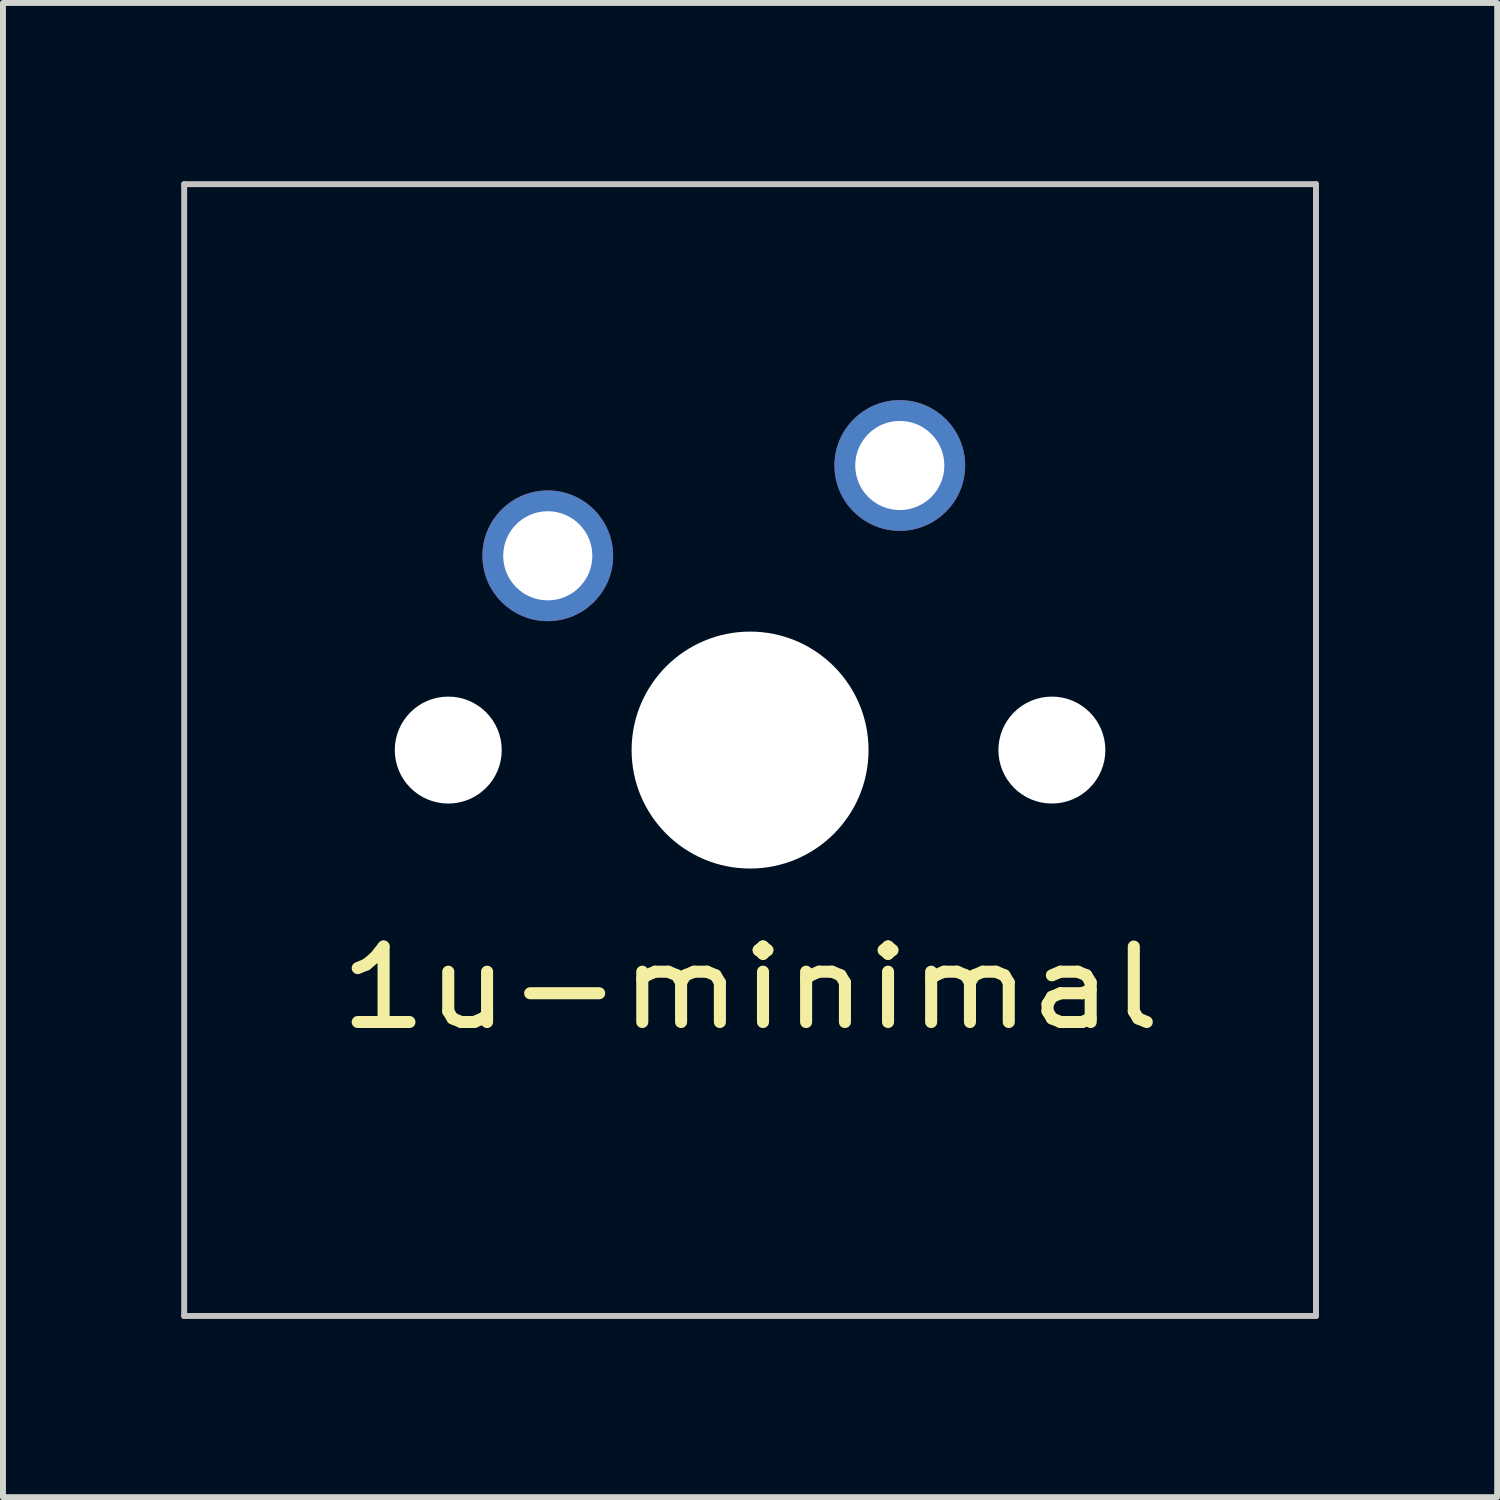
<source format=kicad_pcb>
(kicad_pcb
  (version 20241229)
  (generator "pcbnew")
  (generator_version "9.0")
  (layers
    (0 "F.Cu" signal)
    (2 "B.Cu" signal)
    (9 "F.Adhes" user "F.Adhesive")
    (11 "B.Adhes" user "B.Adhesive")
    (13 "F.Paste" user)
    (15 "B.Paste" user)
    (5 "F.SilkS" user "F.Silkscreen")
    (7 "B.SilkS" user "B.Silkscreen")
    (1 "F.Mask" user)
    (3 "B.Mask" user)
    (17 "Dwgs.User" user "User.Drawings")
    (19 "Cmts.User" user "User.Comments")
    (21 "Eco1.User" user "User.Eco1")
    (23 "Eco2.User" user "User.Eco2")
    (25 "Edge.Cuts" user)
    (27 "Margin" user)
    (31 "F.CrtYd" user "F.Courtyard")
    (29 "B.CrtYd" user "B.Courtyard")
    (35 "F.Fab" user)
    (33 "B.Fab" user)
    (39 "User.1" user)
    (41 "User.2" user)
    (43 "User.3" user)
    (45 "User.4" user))
  (footprint "1u-minimal"
    (layer "F.Cu")
    (at 9.575 9.575)
    (property "Reference" "1u-minimal" (at 0 4 0) (layer "F.SilkS") (effects (font (size 1.27 1.524) (thickness 0.203))))
    (attr through_hole)
    (fp_line (start -9.525 -9.525) (end 9.525 -9.525) (stroke (width 0.1) (type solid)) (layer "Dwgs.User"))
    (fp_line (start -9.525 9.525) (end -9.525 -9.525) (stroke (width 0.1) (type solid)) (layer "Dwgs.User"))
    (fp_line (start 9.525 -9.525) (end 9.525 9.525) (stroke (width 0.1) (type solid)) (layer "Dwgs.User"))
    (fp_line (start 9.525 9.525) (end -9.525 9.525) (stroke (width 0.1) (type solid)) (layer "Dwgs.User"))
    (fp_line (start -7 -7) (end 7 -7) (stroke (width 0.12) (type solid)) (layer "Eco1.User"))
    (fp_line (start -7 7) (end -7 -7) (stroke (width 0.12) (type solid)) (layer "Eco1.User"))
    (fp_line (start 7 -7) (end 7 7) (stroke (width 0.12) (type solid)) (layer "Eco1.User"))
    (fp_line (start 7 7) (end -7 7) (stroke (width 0.12) (type solid)) (layer "Eco1.User"))
    (pad "" np_thru_hole circle (at -5.08 0) (size 1.8 1.8) (drill 1.8) (layers "*.Cu" "*.Mask"))
    (pad "" np_thru_hole circle (at 0 0) (size 3.988 3.988) (drill 3.988) (layers "*.Cu" "*.Mask"))
    (pad "" np_thru_hole circle (at 5.08 0) (size 1.8 1.8) (drill 1.8) (layers "*.Cu" "*.Mask"))
    (pad "1" thru_hole circle (at -3.405 -3.27 29) (size 2.2 2.2) (drill 1.5) (layers "*.Cu" "*.Mask"))
    (pad "2" thru_hole circle (at 2.52 -4.79) (size 2.2 2.2) (drill 1.5) (layers "*.Cu" "*.Mask")))
  (gr_rect
    (start -3 -3)
    (end 22.15 22.15)
    (stroke (width 0.1) (type default))
    (fill no)
    (layer "Edge.Cuts")))
</source>
